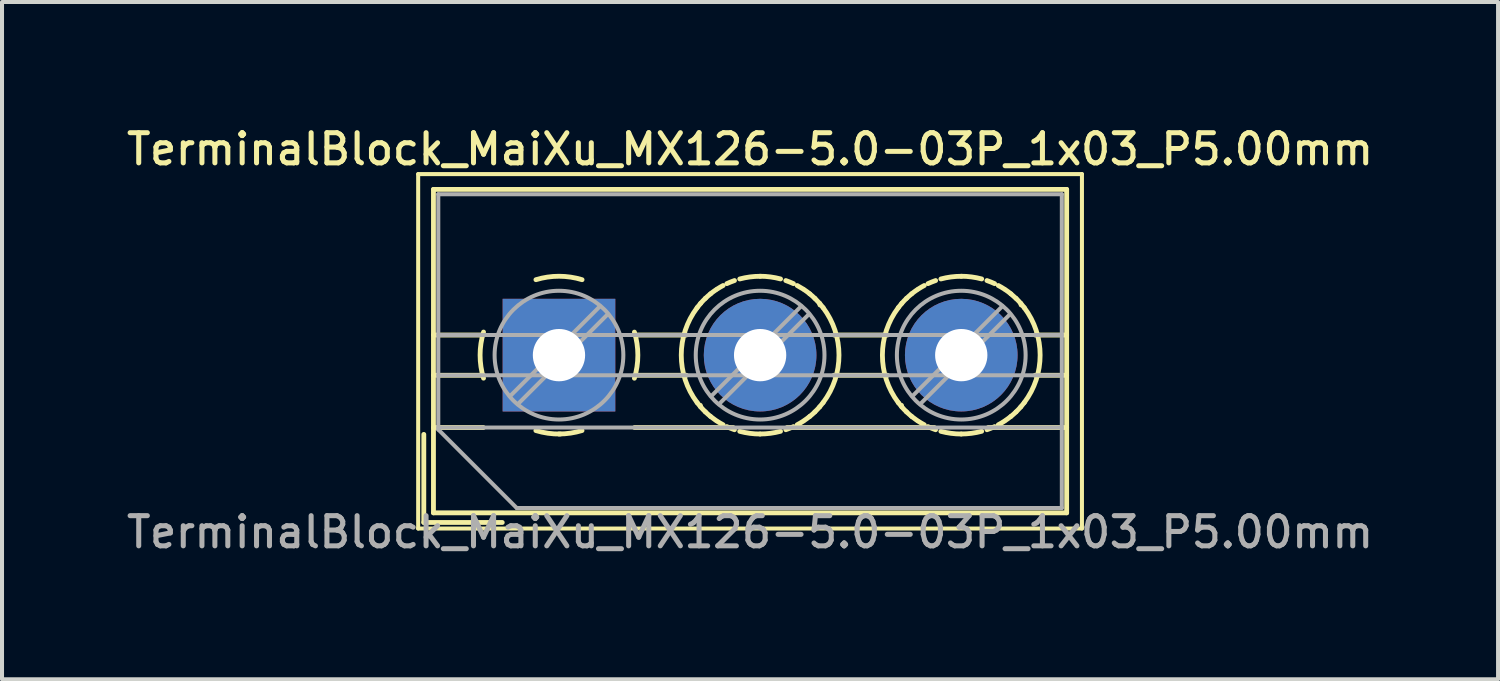
<source format=kicad_pcb>
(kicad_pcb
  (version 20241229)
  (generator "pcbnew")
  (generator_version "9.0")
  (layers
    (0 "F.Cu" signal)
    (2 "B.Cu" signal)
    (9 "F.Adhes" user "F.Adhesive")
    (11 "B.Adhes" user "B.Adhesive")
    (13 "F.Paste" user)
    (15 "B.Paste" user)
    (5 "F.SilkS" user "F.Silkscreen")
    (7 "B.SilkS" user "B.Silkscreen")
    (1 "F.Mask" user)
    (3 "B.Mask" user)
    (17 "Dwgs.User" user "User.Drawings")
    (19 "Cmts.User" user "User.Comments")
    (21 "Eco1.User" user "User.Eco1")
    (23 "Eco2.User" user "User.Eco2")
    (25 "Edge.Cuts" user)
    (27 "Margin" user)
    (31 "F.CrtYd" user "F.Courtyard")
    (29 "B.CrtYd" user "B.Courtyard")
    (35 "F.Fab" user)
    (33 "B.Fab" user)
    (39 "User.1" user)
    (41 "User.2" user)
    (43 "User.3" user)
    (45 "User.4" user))
  (footprint "TerminalBlock_MaiXu_MX126-5.0-03P_1x03_P5.00mm"
    (layer "F.Cu")
    (at 10.845 5.778)
    (property "Reference" "TerminalBlock_MaiXu_MX126-5.0-03P_1x03_P5.00mm" (at 4.75 -5.12 0) (layer "F.SilkS") (effects (font (size 0.75 0.75) (thickness 0.125))))
    (attr through_hole)
    (fp_line (start -3.5 -4.5) (end -3.5 4.31) (stroke (width 0.1) (type solid)) (layer "F.SilkS"))
    (fp_line (start -3.5 4.31) (end 13 4.31) (stroke (width 0.1) (type solid)) (layer "F.SilkS"))
    (fp_line (start -3.36 1.97) (end -3.36 4.16) (stroke (width 0.12) (type solid)) (layer "F.SilkS"))
    (fp_line (start -3.36 4.16) (end -1.41 4.16) (stroke (width 0.12) (type solid)) (layer "F.SilkS"))
    (fp_line (start -3.12 -4.12) (end -3.12 3.92) (stroke (width 0.12) (type solid)) (layer "F.SilkS"))
    (fp_line (start -3.12 -4.12) (end 12.62 -4.12) (stroke (width 0.12) (type solid)) (layer "F.SilkS"))
    (fp_line (start -3.12 -0.5) (end -1.88 -0.5) (stroke (width 0.12) (type solid)) (layer "F.SilkS"))
    (fp_line (start -3.12 0.5) (end -1.88 0.5) (stroke (width 0.12) (type solid)) (layer "F.SilkS"))
    (fp_line (start -3.12 1.8) (end -1.88 1.8) (stroke (width 0.12) (type solid)) (layer "F.SilkS"))
    (fp_line (start -3.12 3.92) (end 12.62 3.92) (stroke (width 0.12) (type solid)) (layer "F.SilkS"))
    (fp_line (start 1.88 -0.5) (end 3.165 -0.5) (stroke (width 0.12) (type solid)) (layer "F.SilkS"))
    (fp_line (start 1.88 0.5) (end 3.165 0.5) (stroke (width 0.12) (type solid)) (layer "F.SilkS"))
    (fp_line (start 1.88 1.8) (end 4.331 1.8) (stroke (width 0.12) (type solid)) (layer "F.SilkS"))
    (fp_line (start 3.514 1.248) (end 3.514 1.248) (stroke (width 0.12) (type solid)) (layer "F.SilkS"))
    (fp_line (start 5.67 1.8) (end 9.331 1.8) (stroke (width 0.12) (type solid)) (layer "F.SilkS"))
    (fp_line (start 6.487 -1.248) (end 6.487 -1.248) (stroke (width 0.12) (type solid)) (layer "F.SilkS"))
    (fp_line (start 6.836 -0.5) (end 8.165 -0.5) (stroke (width 0.12) (type solid)) (layer "F.SilkS"))
    (fp_line (start 6.836 0.5) (end 8.165 0.5) (stroke (width 0.12) (type solid)) (layer "F.SilkS"))
    (fp_line (start 8.514 1.248) (end 8.514 1.248) (stroke (width 0.12) (type solid)) (layer "F.SilkS"))
    (fp_line (start 10.67 1.8) (end 12.62 1.8) (stroke (width 0.12) (type solid)) (layer "F.SilkS"))
    (fp_line (start 11.487 -1.248) (end 11.487 -1.248) (stroke (width 0.12) (type solid)) (layer "F.SilkS"))
    (fp_line (start 11.836 -0.5) (end 12.62 -0.5) (stroke (width 0.12) (type solid)) (layer "F.SilkS"))
    (fp_line (start 11.836 0.5) (end 12.62 0.5) (stroke (width 0.12) (type solid)) (layer "F.SilkS"))
    (fp_line (start 12.62 -4.12) (end 12.62 3.92) (stroke (width 0.12) (type solid)) (layer "F.SilkS"))
    (fp_line (start 13 -4.5) (end -3.5 -4.5) (stroke (width 0.1) (type solid)) (layer "F.SilkS"))
    (fp_line (start 13 4.31) (end 13 -4.5) (stroke (width 0.1) (type solid)) (layer "F.SilkS"))
    (fp_arc (start -1.875422 0.572619) (mid -1.960893 -0.000722) (end -1.875 -0.574) (stroke (width 0.12) (type solid)) (layer "F.SilkS"))
    (fp_arc (start -0.572619 -1.875422) (mid 0.000722 -1.960893) (end 0.574 -1.875) (stroke (width 0.12) (type solid)) (layer "F.SilkS"))
    (fp_arc (start 0.0335 1.960607) (mid -0.273618 1.941709) (end -0.574 1.875) (stroke (width 0.12) (type solid)) (layer "F.SilkS"))
    (fp_arc (start 0.573049 1.874357) (mid 0.289706 1.938471) (end 0 1.96) (stroke (width 0.12) (type solid)) (layer "F.SilkS"))
    (fp_arc (start 1.875422 -0.572619) (mid 1.960893 0.000722) (end 1.875 0.574) (stroke (width 0.12) (type solid)) (layer "F.SilkS"))
    (fp_arc (start 3.434339 1.179122) (mid 3.039994 -0.000549) (end 3.435 -1.18) (stroke (width 0.12) (type solid)) (layer "F.SilkS"))
    (fp_arc (start 3.434826 -1.180695) (mid 3.476985 -1.2346) (end 3.521 -1.287) (stroke (width 0.12) (type solid)) (layer "F.SilkS"))
    (fp_arc (start 3.521125 1.286294) (mid 3.477135 1.233899) (end 3.435 1.18) (stroke (width 0.12) (type solid)) (layer "F.SilkS"))
    (fp_arc (start 3.521202 -1.287012) (mid 3.578748 -1.350291) (end 3.639 -1.411) (stroke (width 0.12) (type solid)) (layer "F.SilkS"))
    (fp_arc (start 3.63871 1.41001) (mid 3.578502 1.349289) (end 3.521 1.286) (stroke (width 0.12) (type solid)) (layer "F.SilkS"))
    (fp_arc (start 3.638867 -1.410738) (mid 3.701698 -1.468767) (end 3.767 -1.524) (stroke (width 0.12) (type solid)) (layer "F.SilkS"))
    (fp_arc (start 3.767069 1.523253) (mid 3.701799 1.468024) (end 3.639 1.41) (stroke (width 0.12) (type solid)) (layer "F.SilkS"))
    (fp_arc (start 3.767452 -1.524377) (mid 3.835117 -1.576689) (end 3.905 -1.626) (stroke (width 0.12) (type solid)) (layer "F.SilkS"))
    (fp_arc (start 3.904517 1.625664) (mid 3.834649 1.576332) (end 3.767 1.524) (stroke (width 0.12) (type solid)) (layer "F.SilkS"))
    (fp_arc (start 3.93363 -1.644317) (mid 4.00637 -1.689266) (end 4.081 -1.731) (stroke (width 0.12) (type solid)) (layer "F.SilkS"))
    (fp_arc (start 4.080344 1.730739) (mid 4.005726 1.688977) (end 3.933 1.644) (stroke (width 0.12) (type solid)) (layer "F.SilkS"))
    (fp_arc (start 4.172694 -1.777259) (mid 4.266842 -1.818121) (end 4.363 -1.854) (stroke (width 0.12) (type solid)) (layer "F.SilkS"))
    (fp_arc (start 4.362283 1.853815) (mid 4.266136 1.817899) (end 4.172 1.777) (stroke (width 0.12) (type solid)) (layer "F.SilkS"))
    (fp_arc (start 4.493681 -1.893473) (mid 4.74516 -1.943362) (end 5.001 -1.96) (stroke (width 0.12) (type solid)) (layer "F.SilkS"))
    (fp_arc (start 5.000479 1.960685) (mid 4.744554 1.943973) (end 4.493 1.894) (stroke (width 0.12) (type solid)) (layer "F.SilkS"))
    (fp_arc (start 5.000487 -1.960944) (mid 5.256437 -1.944104) (end 5.508 -1.894) (stroke (width 0.12) (type solid)) (layer "F.SilkS"))
    (fp_arc (start 5.507285 1.893215) (mid 5.255831 1.943232) (end 5 1.96) (stroke (width 0.12) (type solid)) (layer "F.SilkS"))
    (fp_arc (start 5.638712 -1.85392) (mid 5.734863 -1.817951) (end 5.829 -1.777) (stroke (width 0.12) (type solid)) (layer "F.SilkS"))
    (fp_arc (start 5.829295 1.77705) (mid 5.735155 1.818016) (end 5.639 1.854) (stroke (width 0.12) (type solid)) (layer "F.SilkS"))
    (fp_arc (start 5.920652 -1.730826) (mid 5.995273 -1.689021) (end 6.068 -1.644) (stroke (width 0.12) (type solid)) (layer "F.SilkS"))
    (fp_arc (start 6.068362 1.644143) (mid 5.995629 1.689179) (end 5.921 1.731) (stroke (width 0.12) (type solid)) (layer "F.SilkS"))
    (fp_arc (start 6.096479 -1.625751) (mid 6.16635 -1.576376) (end 6.234 -1.524) (stroke (width 0.12) (type solid)) (layer "F.SilkS"))
    (fp_arc (start 6.233457 1.523294) (mid 6.165838 1.575647) (end 6.096 1.625) (stroke (width 0.12) (type solid)) (layer "F.SilkS"))
    (fp_arc (start 6.233928 -1.523341) (mid 6.2992 -1.468068) (end 6.362 -1.41) (stroke (width 0.12) (type solid)) (layer "F.SilkS"))
    (fp_arc (start 6.36213 1.410651) (mid 6.299301 1.468723) (end 6.234 1.524) (stroke (width 0.12) (type solid)) (layer "F.SilkS"))
    (fp_arc (start 6.362286 -1.410097) (mid 6.422497 -1.349333) (end 6.48 -1.286) (stroke (width 0.12) (type solid)) (layer "F.SilkS"))
    (fp_arc (start 6.479707 1.285928) (mid 6.422207 1.349248) (end 6.362 1.41) (stroke (width 0.12) (type solid)) (layer "F.SilkS"))
    (fp_arc (start 6.479873 -1.286364) (mid 6.523865 -1.233934) (end 6.566 -1.18) (stroke (width 0.12) (type solid)) (layer "F.SilkS"))
    (fp_arc (start 6.565937 -1.180084) (mid 6.960805 -0.000052) (end 6.566 1.18) (stroke (width 0.12) (type solid)) (layer "F.SilkS"))
    (fp_arc (start 6.566102 1.179628) (mid 6.523979 1.233565) (end 6.48 1.286) (stroke (width 0.12) (type solid)) (layer "F.SilkS"))
    (fp_arc (start 8.434339 1.179122) (mid 8.039994 -0.000549) (end 8.435 -1.18) (stroke (width 0.12) (type solid)) (layer "F.SilkS"))
    (fp_arc (start 8.434826 -1.180695) (mid 8.476985 -1.2346) (end 8.521 -1.287) (stroke (width 0.12) (type solid)) (layer "F.SilkS"))
    (fp_arc (start 8.521125 1.286294) (mid 8.477135 1.233899) (end 8.435 1.18) (stroke (width 0.12) (type solid)) (layer "F.SilkS"))
    (fp_arc (start 8.521202 -1.287012) (mid 8.578748 -1.350291) (end 8.639 -1.411) (stroke (width 0.12) (type solid)) (layer "F.SilkS"))
    (fp_arc (start 8.63871 1.41001) (mid 8.578502 1.349289) (end 8.521 1.286) (stroke (width 0.12) (type solid)) (layer "F.SilkS"))
    (fp_arc (start 8.638867 -1.410738) (mid 8.701698 -1.468767) (end 8.767 -1.524) (stroke (width 0.12) (type solid)) (layer "F.SilkS"))
    (fp_arc (start 8.767069 1.523253) (mid 8.701799 1.468024) (end 8.639 1.41) (stroke (width 0.12) (type solid)) (layer "F.SilkS"))
    (fp_arc (start 8.767452 -1.524377) (mid 8.835117 -1.576689) (end 8.905 -1.626) (stroke (width 0.12) (type solid)) (layer "F.SilkS"))
    (fp_arc (start 8.904517 1.625664) (mid 8.834649 1.576332) (end 8.767 1.524) (stroke (width 0.12) (type solid)) (layer "F.SilkS"))
    (fp_arc (start 8.93363 -1.644317) (mid 9.00637 -1.689266) (end 9.081 -1.731) (stroke (width 0.12) (type solid)) (layer "F.SilkS"))
    (fp_arc (start 9.080344 1.730739) (mid 9.005726 1.688977) (end 8.933 1.644) (stroke (width 0.12) (type solid)) (layer "F.SilkS"))
    (fp_arc (start 9.172694 -1.777259) (mid 9.266842 -1.818121) (end 9.363 -1.854) (stroke (width 0.12) (type solid)) (layer "F.SilkS"))
    (fp_arc (start 9.362283 1.853815) (mid 9.266136 1.817899) (end 9.172 1.777) (stroke (width 0.12) (type solid)) (layer "F.SilkS"))
    (fp_arc (start 9.493681 -1.893473) (mid 9.74516 -1.943362) (end 10.001 -1.96) (stroke (width 0.12) (type solid)) (layer "F.SilkS"))
    (fp_arc (start 10.000479 1.960685) (mid 9.744554 1.943973) (end 9.493 1.894) (stroke (width 0.12) (type solid)) (layer "F.SilkS"))
    (fp_arc (start 10.000487 -1.960944) (mid 10.256437 -1.944104) (end 10.508 -1.894) (stroke (width 0.12) (type solid)) (layer "F.SilkS"))
    (fp_arc (start 10.507285 1.893215) (mid 10.255831 1.943232) (end 10 1.96) (stroke (width 0.12) (type solid)) (layer "F.SilkS"))
    (fp_arc (start 10.638712 -1.85392) (mid 10.734863 -1.817951) (end 10.829 -1.777) (stroke (width 0.12) (type solid)) (layer "F.SilkS"))
    (fp_arc (start 10.829295 1.77705) (mid 10.735155 1.818016) (end 10.639 1.854) (stroke (width 0.12) (type solid)) (layer "F.SilkS"))
    (fp_arc (start 10.920652 -1.730826) (mid 10.995273 -1.689021) (end 11.068 -1.644) (stroke (width 0.12) (type solid)) (layer "F.SilkS"))
    (fp_arc (start 11.068362 1.644143) (mid 10.995629 1.689179) (end 10.921 1.731) (stroke (width 0.12) (type solid)) (layer "F.SilkS"))
    (fp_arc (start 11.096479 -1.625751) (mid 11.16635 -1.576376) (end 11.234 -1.524) (stroke (width 0.12) (type solid)) (layer "F.SilkS"))
    (fp_arc (start 11.233457 1.523294) (mid 11.165838 1.575647) (end 11.096 1.625) (stroke (width 0.12) (type solid)) (layer "F.SilkS"))
    (fp_arc (start 11.233928 -1.523341) (mid 11.2992 -1.468068) (end 11.362 -1.41) (stroke (width 0.12) (type solid)) (layer "F.SilkS"))
    (fp_arc (start 11.36213 1.410651) (mid 11.299301 1.468723) (end 11.234 1.524) (stroke (width 0.12) (type solid)) (layer "F.SilkS"))
    (fp_arc (start 11.362286 -1.410097) (mid 11.422497 -1.349333) (end 11.48 -1.286) (stroke (width 0.12) (type solid)) (layer "F.SilkS"))
    (fp_arc (start 11.479707 1.285928) (mid 11.422207 1.349248) (end 11.362 1.41) (stroke (width 0.12) (type solid)) (layer "F.SilkS"))
    (fp_arc (start 11.479873 -1.286364) (mid 11.523865 -1.233934) (end 11.566 -1.18) (stroke (width 0.12) (type solid)) (layer "F.SilkS"))
    (fp_arc (start 11.565937 -1.180084) (mid 11.960805 -0.000052) (end 11.566 1.18) (stroke (width 0.12) (type solid)) (layer "F.SilkS"))
    (fp_arc (start 11.566102 1.179628) (mid 11.523979 1.233565) (end 11.48 1.286) (stroke (width 0.12) (type solid)) (layer "F.SilkS"))
    (fp_line (start -3 -4) (end 12.5 -4) (stroke (width 0.1) (type solid)) (layer "F.Fab"))
    (fp_line (start -3 -0.5) (end 12.5 -0.5) (stroke (width 0.1) (type solid)) (layer "F.Fab"))
    (fp_line (start -3 0.5) (end 12.5 0.5) (stroke (width 0.1) (type solid)) (layer "F.Fab"))
    (fp_line (start -3 1.8) (end 12.5 1.8) (stroke (width 0.1) (type solid)) (layer "F.Fab"))
    (fp_line (start -3 1.85) (end -3 -4) (stroke (width 0.1) (type solid)) (layer "F.Fab"))
    (fp_line (start -1.05 3.8) (end -3 1.85) (stroke (width 0.1) (type solid)) (layer "F.Fab"))
    (fp_line (start 1.019 -1.214) (end -1.214 1.018) (stroke (width 0.1) (type solid)) (layer "F.Fab"))
    (fp_line (start 1.214 -1.019) (end -1.019 1.214) (stroke (width 0.1) (type solid)) (layer "F.Fab"))
    (fp_line (start 6.019 -1.214) (end 3.787 1.018) (stroke (width 0.1) (type solid)) (layer "F.Fab"))
    (fp_line (start 6.214 -1.019) (end 3.982 1.214) (stroke (width 0.1) (type solid)) (layer "F.Fab"))
    (fp_line (start 11.019 -1.214) (end 8.787 1.018) (stroke (width 0.1) (type solid)) (layer "F.Fab"))
    (fp_line (start 11.214 -1.019) (end 8.982 1.214) (stroke (width 0.1) (type solid)) (layer "F.Fab"))
    (fp_line (start 12.5 -4) (end 12.5 3.8) (stroke (width 0.1) (type solid)) (layer "F.Fab"))
    (fp_line (start 12.5 3.8) (end -1.05 3.8) (stroke (width 0.1) (type solid)) (layer "F.Fab"))
    (fp_circle (center 0 0) (end 1.6 0) (stroke (width 0.1) (type solid)) (fill no) (layer "F.Fab"))
    (fp_circle (center 5 0) (end 6.6 0) (stroke (width 0.1) (type solid)) (fill no) (layer "F.Fab"))
    (fp_circle (center 10 0) (end 11.6 0) (stroke (width 0.1) (type solid)) (fill no) (layer "F.Fab"))
    (fp_text user "${REFERENCE}" (at 4.75 4.4 0) (layer "F.Fab") (effects (font (size 0.75 0.75) (thickness 0.125))))
    (pad "1" thru_hole rect (at 0 0) (size 2.8 2.8) (drill 1.3) (layers "*.Cu" "*.Mask"))
    (pad "2" thru_hole circle (at 5 0) (size 2.8 2.8) (drill 1.3) (layers "*.Cu" "*.Mask"))
    (pad "3" thru_hole circle (at 10 0) (size 2.8 2.8) (drill 1.3) (layers "*.Cu" "*.Mask")))
  (gr_rect
    (start -3 -3)
    (end 34.189 13.836)
    (stroke (width 0.1) (type default))
    (fill no)
    (layer "Edge.Cuts")))
</source>
